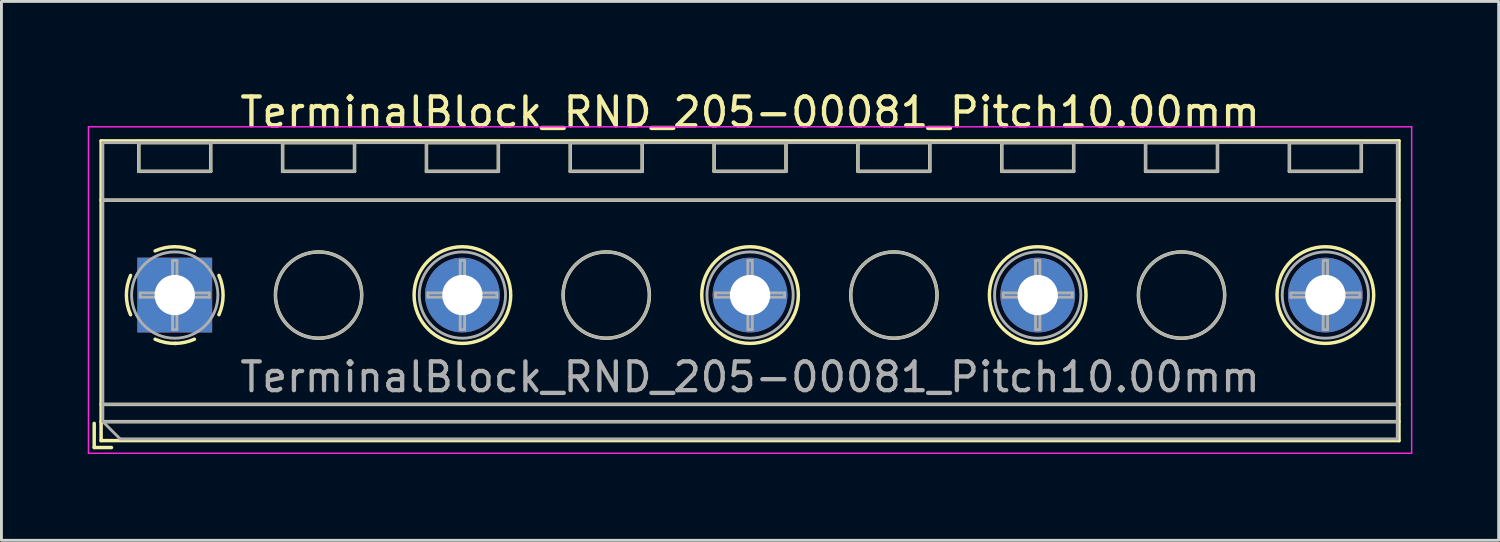
<source format=kicad_pcb>
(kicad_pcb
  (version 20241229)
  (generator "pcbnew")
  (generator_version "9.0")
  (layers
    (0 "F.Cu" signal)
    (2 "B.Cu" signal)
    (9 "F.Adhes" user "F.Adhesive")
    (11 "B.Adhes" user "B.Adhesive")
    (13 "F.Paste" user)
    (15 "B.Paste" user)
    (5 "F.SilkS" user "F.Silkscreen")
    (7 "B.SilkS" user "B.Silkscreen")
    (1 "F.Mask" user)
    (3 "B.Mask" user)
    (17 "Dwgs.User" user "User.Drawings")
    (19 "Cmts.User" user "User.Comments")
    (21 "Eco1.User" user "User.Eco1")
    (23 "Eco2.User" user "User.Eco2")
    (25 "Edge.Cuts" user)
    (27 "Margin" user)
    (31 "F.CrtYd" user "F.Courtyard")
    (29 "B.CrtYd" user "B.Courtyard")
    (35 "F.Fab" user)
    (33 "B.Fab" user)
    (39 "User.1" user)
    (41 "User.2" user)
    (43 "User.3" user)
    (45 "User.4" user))
  (footprint "TerminalBlock_RND_205-00081_Pitch10.00mm"
    (layer "F.Cu")
    (at 3.025 7.208)
    (property "Reference" "TerminalBlock_RND_205-00081_Pitch10.00mm" (at 20 -6.36 0) (layer "F.SilkS") (effects (font (size 1 1) (thickness 0.15))))
    (attr through_hole)
    (fp_line (start -2.8 4.46) (end -2.8 5.3) (stroke (width 0.12) (type solid)) (layer "F.SilkS"))
    (fp_line (start -2.8 5.3) (end -2.2 5.3) (stroke (width 0.12) (type solid)) (layer "F.SilkS"))
    (fp_line (start -2.56 -5.36) (end -2.56 5.06) (stroke (width 0.12) (type solid)) (layer "F.SilkS"))
    (fp_line (start -2.56 -3.3) (end 42.56 -3.3) (stroke (width 0.12) (type solid)) (layer "F.SilkS"))
    (fp_line (start -2.56 3.8) (end 42.56 3.8) (stroke (width 0.12) (type solid)) (layer "F.SilkS"))
    (fp_line (start -2.56 4.4) (end 42.56 4.4) (stroke (width 0.12) (type solid)) (layer "F.SilkS"))
    (fp_line (start -2.56 5.06) (end 42.56 5.06) (stroke (width 0.12) (type solid)) (layer "F.SilkS"))
    (fp_line (start -1.25 -5.301) (end -1.25 -4.301) (stroke (width 0.12) (type solid)) (layer "F.SilkS"))
    (fp_line (start -1.25 -5.301) (end 1.25 -5.301) (stroke (width 0.12) (type solid)) (layer "F.SilkS"))
    (fp_line (start -1.25 -4.301) (end 1.25 -4.301) (stroke (width 0.12) (type solid)) (layer "F.SilkS"))
    (fp_line (start 1.25 -5.301) (end 1.25 -4.301) (stroke (width 0.12) (type solid)) (layer "F.SilkS"))
    (fp_line (start 3.75 -5.301) (end 3.75 -4.301) (stroke (width 0.12) (type solid)) (layer "F.SilkS"))
    (fp_line (start 3.75 -5.301) (end 6.25 -5.301) (stroke (width 0.12) (type solid)) (layer "F.SilkS"))
    (fp_line (start 3.75 -4.301) (end 6.25 -4.301) (stroke (width 0.12) (type solid)) (layer "F.SilkS"))
    (fp_line (start 6.25 -5.301) (end 6.25 -4.301) (stroke (width 0.12) (type solid)) (layer "F.SilkS"))
    (fp_line (start 8.75 -5.301) (end 8.75 -4.301) (stroke (width 0.12) (type solid)) (layer "F.SilkS"))
    (fp_line (start 8.75 -5.301) (end 11.25 -5.301) (stroke (width 0.12) (type solid)) (layer "F.SilkS"))
    (fp_line (start 8.75 -4.301) (end 11.25 -4.301) (stroke (width 0.12) (type solid)) (layer "F.SilkS"))
    (fp_line (start 11.25 -5.301) (end 11.25 -4.301) (stroke (width 0.12) (type solid)) (layer "F.SilkS"))
    (fp_line (start 13.75 -5.301) (end 13.75 -4.301) (stroke (width 0.12) (type solid)) (layer "F.SilkS"))
    (fp_line (start 13.75 -5.301) (end 16.25 -5.301) (stroke (width 0.12) (type solid)) (layer "F.SilkS"))
    (fp_line (start 13.75 -4.301) (end 16.25 -4.301) (stroke (width 0.12) (type solid)) (layer "F.SilkS"))
    (fp_line (start 16.25 -5.301) (end 16.25 -4.301) (stroke (width 0.12) (type solid)) (layer "F.SilkS"))
    (fp_line (start 18.75 -5.301) (end 18.75 -4.301) (stroke (width 0.12) (type solid)) (layer "F.SilkS"))
    (fp_line (start 18.75 -5.301) (end 21.25 -5.301) (stroke (width 0.12) (type solid)) (layer "F.SilkS"))
    (fp_line (start 18.75 -4.301) (end 21.25 -4.301) (stroke (width 0.12) (type solid)) (layer "F.SilkS"))
    (fp_line (start 21.25 -5.301) (end 21.25 -4.301) (stroke (width 0.12) (type solid)) (layer "F.SilkS"))
    (fp_line (start 23.75 -5.301) (end 23.75 -4.301) (stroke (width 0.12) (type solid)) (layer "F.SilkS"))
    (fp_line (start 23.75 -5.301) (end 26.25 -5.301) (stroke (width 0.12) (type solid)) (layer "F.SilkS"))
    (fp_line (start 23.75 -4.301) (end 26.25 -4.301) (stroke (width 0.12) (type solid)) (layer "F.SilkS"))
    (fp_line (start 26.25 -5.301) (end 26.25 -4.301) (stroke (width 0.12) (type solid)) (layer "F.SilkS"))
    (fp_line (start 28.75 -5.301) (end 28.75 -4.301) (stroke (width 0.12) (type solid)) (layer "F.SilkS"))
    (fp_line (start 28.75 -5.301) (end 31.25 -5.301) (stroke (width 0.12) (type solid)) (layer "F.SilkS"))
    (fp_line (start 28.75 -4.301) (end 31.25 -4.301) (stroke (width 0.12) (type solid)) (layer "F.SilkS"))
    (fp_line (start 31.25 -5.301) (end 31.25 -4.301) (stroke (width 0.12) (type solid)) (layer "F.SilkS"))
    (fp_line (start 33.75 -5.301) (end 33.75 -4.301) (stroke (width 0.12) (type solid)) (layer "F.SilkS"))
    (fp_line (start 33.75 -5.301) (end 36.25 -5.301) (stroke (width 0.12) (type solid)) (layer "F.SilkS"))
    (fp_line (start 33.75 -4.301) (end 36.25 -4.301) (stroke (width 0.12) (type solid)) (layer "F.SilkS"))
    (fp_line (start 36.25 -5.301) (end 36.25 -4.301) (stroke (width 0.12) (type solid)) (layer "F.SilkS"))
    (fp_line (start 38.75 -5.301) (end 38.75 -4.301) (stroke (width 0.12) (type solid)) (layer "F.SilkS"))
    (fp_line (start 38.75 -5.301) (end 41.25 -5.301) (stroke (width 0.12) (type solid)) (layer "F.SilkS"))
    (fp_line (start 38.75 -4.301) (end 41.25 -4.301) (stroke (width 0.12) (type solid)) (layer "F.SilkS"))
    (fp_line (start 41.25 -5.301) (end 41.25 -4.301) (stroke (width 0.12) (type solid)) (layer "F.SilkS"))
    (fp_line (start 42.56 -5.36) (end -2.56 -5.36) (stroke (width 0.12) (type solid)) (layer "F.SilkS"))
    (fp_line (start 42.56 5.06) (end 42.56 -5.36) (stroke (width 0.12) (type solid)) (layer "F.SilkS"))
    (fp_arc (start -1.535427 0.683042) (mid -1.680501 -0.000524) (end -1.535 -0.684) (stroke (width 0.12) (type solid)) (layer "F.SilkS"))
    (fp_arc (start -0.683042 -1.535427) (mid 0.000524 -1.680501) (end 0.684 -1.535) (stroke (width 0.12) (type solid)) (layer "F.SilkS"))
    (fp_arc (start 0.028805 1.680253) (mid -0.335551 1.646659) (end -0.684 1.535) (stroke (width 0.12) (type solid)) (layer "F.SilkS"))
    (fp_arc (start 0.683318 1.534756) (mid 0.349292 1.643288) (end 0 1.68) (stroke (width 0.12) (type solid)) (layer "F.SilkS"))
    (fp_arc (start 1.535427 -0.683042) (mid 1.680501 0.000524) (end 1.535 0.684) (stroke (width 0.12) (type solid)) (layer "F.SilkS"))
    (fp_circle (center 5 0) (end 6.5 0) (stroke (width 0.12) (type solid)) (fill no) (layer "F.SilkS"))
    (fp_circle (center 10 0) (end 11.68 0) (stroke (width 0.12) (type solid)) (fill no) (layer "F.SilkS"))
    (fp_circle (center 15 0) (end 16.5 0) (stroke (width 0.12) (type solid)) (fill no) (layer "F.SilkS"))
    (fp_circle (center 20 0) (end 21.68 0) (stroke (width 0.12) (type solid)) (fill no) (layer "F.SilkS"))
    (fp_circle (center 25 0) (end 26.5 0) (stroke (width 0.12) (type solid)) (fill no) (layer "F.SilkS"))
    (fp_circle (center 30 0) (end 31.68 0) (stroke (width 0.12) (type solid)) (fill no) (layer "F.SilkS"))
    (fp_circle (center 35 0) (end 36.5 0) (stroke (width 0.12) (type solid)) (fill no) (layer "F.SilkS"))
    (fp_circle (center 40 0) (end 41.68 0) (stroke (width 0.12) (type solid)) (fill no) (layer "F.SilkS"))
    (fp_line (start -3 -5.85) (end -3 5.5) (stroke (width 0.05) (type solid)) (layer "F.CrtYd"))
    (fp_line (start -3 5.5) (end 43 5.5) (stroke (width 0.05) (type solid)) (layer "F.CrtYd"))
    (fp_line (start 43 -5.85) (end -3 -5.85) (stroke (width 0.05) (type solid)) (layer "F.CrtYd"))
    (fp_line (start 43 5.5) (end 43 -5.85) (stroke (width 0.05) (type solid)) (layer "F.CrtYd"))
    (fp_line (start -2.5 -5.3) (end 42.5 -5.3) (stroke (width 0.1) (type solid)) (layer "F.Fab"))
    (fp_line (start -2.5 -3.3) (end 42.5 -3.3) (stroke (width 0.1) (type solid)) (layer "F.Fab"))
    (fp_line (start -2.5 3.8) (end 42.5 3.8) (stroke (width 0.1) (type solid)) (layer "F.Fab"))
    (fp_line (start -2.5 4.4) (end -2.5 -5.3) (stroke (width 0.1) (type solid)) (layer "F.Fab"))
    (fp_line (start -2.5 4.4) (end 42.5 4.4) (stroke (width 0.1) (type solid)) (layer "F.Fab"))
    (fp_line (start -1.9 5) (end -2.5 4.4) (stroke (width 0.1) (type solid)) (layer "F.Fab"))
    (fp_line (start -1.25 -5.3) (end -1.25 -4.3) (stroke (width 0.1) (type solid)) (layer "F.Fab"))
    (fp_line (start -1.25 -4.3) (end 1.25 -4.3) (stroke (width 0.1) (type solid)) (layer "F.Fab"))
    (fp_line (start -1.201 -0.076) (end -0.076 -0.076) (stroke (width 0.1) (type solid)) (layer "F.Fab"))
    (fp_line (start -1.201 0.076) (end -1.201 -0.076) (stroke (width 0.1) (type solid)) (layer "F.Fab"))
    (fp_line (start -0.076 -1.201) (end 0.076 -1.201) (stroke (width 0.1) (type solid)) (layer "F.Fab"))
    (fp_line (start -0.076 -0.076) (end -0.076 -1.201) (stroke (width 0.1) (type solid)) (layer "F.Fab"))
    (fp_line (start -0.076 0.076) (end -1.201 0.076) (stroke (width 0.1) (type solid)) (layer "F.Fab"))
    (fp_line (start -0.076 1.201) (end -0.076 0.076) (stroke (width 0.1) (type solid)) (layer "F.Fab"))
    (fp_line (start 0.076 -1.201) (end 0.076 -0.076) (stroke (width 0.1) (type solid)) (layer "F.Fab"))
    (fp_line (start 0.076 -0.076) (end 1.201 -0.076) (stroke (width 0.1) (type solid)) (layer "F.Fab"))
    (fp_line (start 0.076 0.076) (end 0.076 1.201) (stroke (width 0.1) (type solid)) (layer "F.Fab"))
    (fp_line (start 0.076 1.201) (end -0.076 1.201) (stroke (width 0.1) (type solid)) (layer "F.Fab"))
    (fp_line (start 1.201 -0.076) (end 1.201 0.076) (stroke (width 0.1) (type solid)) (layer "F.Fab"))
    (fp_line (start 1.201 0.076) (end 0.076 0.076) (stroke (width 0.1) (type solid)) (layer "F.Fab"))
    (fp_line (start 1.25 -5.3) (end -1.25 -5.3) (stroke (width 0.1) (type solid)) (layer "F.Fab"))
    (fp_line (start 1.25 -4.3) (end 1.25 -5.3) (stroke (width 0.1) (type solid)) (layer "F.Fab"))
    (fp_line (start 3.75 -5.3) (end 3.75 -4.3) (stroke (width 0.1) (type solid)) (layer "F.Fab"))
    (fp_line (start 3.75 -4.3) (end 6.25 -4.3) (stroke (width 0.1) (type solid)) (layer "F.Fab"))
    (fp_line (start 6.25 -5.3) (end 3.75 -5.3) (stroke (width 0.1) (type solid)) (layer "F.Fab"))
    (fp_line (start 6.25 -4.3) (end 6.25 -5.3) (stroke (width 0.1) (type solid)) (layer "F.Fab"))
    (fp_line (start 8.75 -5.3) (end 8.75 -4.3) (stroke (width 0.1) (type solid)) (layer "F.Fab"))
    (fp_line (start 8.75 -4.3) (end 11.25 -4.3) (stroke (width 0.1) (type solid)) (layer "F.Fab"))
    (fp_line (start 8.799 -0.076) (end 9.924 -0.076) (stroke (width 0.1) (type solid)) (layer "F.Fab"))
    (fp_line (start 8.799 0.076) (end 8.799 -0.076) (stroke (width 0.1) (type solid)) (layer "F.Fab"))
    (fp_line (start 9.924 -1.201) (end 10.076 -1.201) (stroke (width 0.1) (type solid)) (layer "F.Fab"))
    (fp_line (start 9.924 -0.076) (end 9.924 -1.201) (stroke (width 0.1) (type solid)) (layer "F.Fab"))
    (fp_line (start 9.924 0.076) (end 8.799 0.076) (stroke (width 0.1) (type solid)) (layer "F.Fab"))
    (fp_line (start 9.924 1.201) (end 9.924 0.076) (stroke (width 0.1) (type solid)) (layer "F.Fab"))
    (fp_line (start 10.076 -1.201) (end 10.076 -0.076) (stroke (width 0.1) (type solid)) (layer "F.Fab"))
    (fp_line (start 10.076 -0.076) (end 11.201 -0.076) (stroke (width 0.1) (type solid)) (layer "F.Fab"))
    (fp_line (start 10.076 0.076) (end 10.076 1.201) (stroke (width 0.1) (type solid)) (layer "F.Fab"))
    (fp_line (start 10.076 1.201) (end 9.924 1.201) (stroke (width 0.1) (type solid)) (layer "F.Fab"))
    (fp_line (start 11.201 -0.076) (end 11.201 0.076) (stroke (width 0.1) (type solid)) (layer "F.Fab"))
    (fp_line (start 11.201 0.076) (end 10.076 0.076) (stroke (width 0.1) (type solid)) (layer "F.Fab"))
    (fp_line (start 11.25 -5.3) (end 8.75 -5.3) (stroke (width 0.1) (type solid)) (layer "F.Fab"))
    (fp_line (start 11.25 -4.3) (end 11.25 -5.3) (stroke (width 0.1) (type solid)) (layer "F.Fab"))
    (fp_line (start 13.75 -5.3) (end 13.75 -4.3) (stroke (width 0.1) (type solid)) (layer "F.Fab"))
    (fp_line (start 13.75 -4.3) (end 16.25 -4.3) (stroke (width 0.1) (type solid)) (layer "F.Fab"))
    (fp_line (start 16.25 -5.3) (end 13.75 -5.3) (stroke (width 0.1) (type solid)) (layer "F.Fab"))
    (fp_line (start 16.25 -4.3) (end 16.25 -5.3) (stroke (width 0.1) (type solid)) (layer "F.Fab"))
    (fp_line (start 18.75 -5.3) (end 18.75 -4.3) (stroke (width 0.1) (type solid)) (layer "F.Fab"))
    (fp_line (start 18.75 -4.3) (end 21.25 -4.3) (stroke (width 0.1) (type solid)) (layer "F.Fab"))
    (fp_line (start 18.799 -0.076) (end 19.924 -0.076) (stroke (width 0.1) (type solid)) (layer "F.Fab"))
    (fp_line (start 18.799 0.076) (end 18.799 -0.076) (stroke (width 0.1) (type solid)) (layer "F.Fab"))
    (fp_line (start 19.924 -1.201) (end 20.076 -1.201) (stroke (width 0.1) (type solid)) (layer "F.Fab"))
    (fp_line (start 19.924 -0.076) (end 19.924 -1.201) (stroke (width 0.1) (type solid)) (layer "F.Fab"))
    (fp_line (start 19.924 0.076) (end 18.799 0.076) (stroke (width 0.1) (type solid)) (layer "F.Fab"))
    (fp_line (start 19.924 1.201) (end 19.924 0.076) (stroke (width 0.1) (type solid)) (layer "F.Fab"))
    (fp_line (start 20.076 -1.201) (end 20.076 -0.076) (stroke (width 0.1) (type solid)) (layer "F.Fab"))
    (fp_line (start 20.076 -0.076) (end 21.201 -0.076) (stroke (width 0.1) (type solid)) (layer "F.Fab"))
    (fp_line (start 20.076 0.076) (end 20.076 1.201) (stroke (width 0.1) (type solid)) (layer "F.Fab"))
    (fp_line (start 20.076 1.201) (end 19.924 1.201) (stroke (width 0.1) (type solid)) (layer "F.Fab"))
    (fp_line (start 21.201 -0.076) (end 21.201 0.076) (stroke (width 0.1) (type solid)) (layer "F.Fab"))
    (fp_line (start 21.201 0.076) (end 20.076 0.076) (stroke (width 0.1) (type solid)) (layer "F.Fab"))
    (fp_line (start 21.25 -5.3) (end 18.75 -5.3) (stroke (width 0.1) (type solid)) (layer "F.Fab"))
    (fp_line (start 21.25 -4.3) (end 21.25 -5.3) (stroke (width 0.1) (type solid)) (layer "F.Fab"))
    (fp_line (start 23.75 -5.3) (end 23.75 -4.3) (stroke (width 0.1) (type solid)) (layer "F.Fab"))
    (fp_line (start 23.75 -4.3) (end 26.25 -4.3) (stroke (width 0.1) (type solid)) (layer "F.Fab"))
    (fp_line (start 26.25 -5.3) (end 23.75 -5.3) (stroke (width 0.1) (type solid)) (layer "F.Fab"))
    (fp_line (start 26.25 -4.3) (end 26.25 -5.3) (stroke (width 0.1) (type solid)) (layer "F.Fab"))
    (fp_line (start 28.75 -5.3) (end 28.75 -4.3) (stroke (width 0.1) (type solid)) (layer "F.Fab"))
    (fp_line (start 28.75 -4.3) (end 31.25 -4.3) (stroke (width 0.1) (type solid)) (layer "F.Fab"))
    (fp_line (start 28.799 -0.076) (end 29.924 -0.076) (stroke (width 0.1) (type solid)) (layer "F.Fab"))
    (fp_line (start 28.799 0.076) (end 28.799 -0.076) (stroke (width 0.1) (type solid)) (layer "F.Fab"))
    (fp_line (start 29.924 -1.201) (end 30.076 -1.201) (stroke (width 0.1) (type solid)) (layer "F.Fab"))
    (fp_line (start 29.924 -0.076) (end 29.924 -1.201) (stroke (width 0.1) (type solid)) (layer "F.Fab"))
    (fp_line (start 29.924 0.076) (end 28.799 0.076) (stroke (width 0.1) (type solid)) (layer "F.Fab"))
    (fp_line (start 29.924 1.201) (end 29.924 0.076) (stroke (width 0.1) (type solid)) (layer "F.Fab"))
    (fp_line (start 30.076 -1.201) (end 30.076 -0.076) (stroke (width 0.1) (type solid)) (layer "F.Fab"))
    (fp_line (start 30.076 -0.076) (end 31.201 -0.076) (stroke (width 0.1) (type solid)) (layer "F.Fab"))
    (fp_line (start 30.076 0.076) (end 30.076 1.201) (stroke (width 0.1) (type solid)) (layer "F.Fab"))
    (fp_line (start 30.076 1.201) (end 29.924 1.201) (stroke (width 0.1) (type solid)) (layer "F.Fab"))
    (fp_line (start 31.201 -0.076) (end 31.201 0.076) (stroke (width 0.1) (type solid)) (layer "F.Fab"))
    (fp_line (start 31.201 0.076) (end 30.076 0.076) (stroke (width 0.1) (type solid)) (layer "F.Fab"))
    (fp_line (start 31.25 -5.3) (end 28.75 -5.3) (stroke (width 0.1) (type solid)) (layer "F.Fab"))
    (fp_line (start 31.25 -4.3) (end 31.25 -5.3) (stroke (width 0.1) (type solid)) (layer "F.Fab"))
    (fp_line (start 33.75 -5.3) (end 33.75 -4.3) (stroke (width 0.1) (type solid)) (layer "F.Fab"))
    (fp_line (start 33.75 -4.3) (end 36.25 -4.3) (stroke (width 0.1) (type solid)) (layer "F.Fab"))
    (fp_line (start 36.25 -5.3) (end 33.75 -5.3) (stroke (width 0.1) (type solid)) (layer "F.Fab"))
    (fp_line (start 36.25 -4.3) (end 36.25 -5.3) (stroke (width 0.1) (type solid)) (layer "F.Fab"))
    (fp_line (start 38.75 -5.3) (end 38.75 -4.3) (stroke (width 0.1) (type solid)) (layer "F.Fab"))
    (fp_line (start 38.75 -4.3) (end 41.25 -4.3) (stroke (width 0.1) (type solid)) (layer "F.Fab"))
    (fp_line (start 38.799 -0.076) (end 39.924 -0.076) (stroke (width 0.1) (type solid)) (layer "F.Fab"))
    (fp_line (start 38.799 0.076) (end 38.799 -0.076) (stroke (width 0.1) (type solid)) (layer "F.Fab"))
    (fp_line (start 39.924 -1.201) (end 40.076 -1.201) (stroke (width 0.1) (type solid)) (layer "F.Fab"))
    (fp_line (start 39.924 -0.076) (end 39.924 -1.201) (stroke (width 0.1) (type solid)) (layer "F.Fab"))
    (fp_line (start 39.924 0.076) (end 38.799 0.076) (stroke (width 0.1) (type solid)) (layer "F.Fab"))
    (fp_line (start 39.924 1.201) (end 39.924 0.076) (stroke (width 0.1) (type solid)) (layer "F.Fab"))
    (fp_line (start 40.076 -1.201) (end 40.076 -0.076) (stroke (width 0.1) (type solid)) (layer "F.Fab"))
    (fp_line (start 40.076 -0.076) (end 41.201 -0.076) (stroke (width 0.1) (type solid)) (layer "F.Fab"))
    (fp_line (start 40.076 0.076) (end 40.076 1.201) (stroke (width 0.1) (type solid)) (layer "F.Fab"))
    (fp_line (start 40.076 1.201) (end 39.924 1.201) (stroke (width 0.1) (type solid)) (layer "F.Fab"))
    (fp_line (start 41.201 -0.076) (end 41.201 0.076) (stroke (width 0.1) (type solid)) (layer "F.Fab"))
    (fp_line (start 41.201 0.076) (end 40.076 0.076) (stroke (width 0.1) (type solid)) (layer "F.Fab"))
    (fp_line (start 41.25 -5.3) (end 38.75 -5.3) (stroke (width 0.1) (type solid)) (layer "F.Fab"))
    (fp_line (start 41.25 -4.3) (end 41.25 -5.3) (stroke (width 0.1) (type solid)) (layer "F.Fab"))
    (fp_line (start 42.5 -5.3) (end 42.5 5) (stroke (width 0.1) (type solid)) (layer "F.Fab"))
    (fp_line (start 42.5 5) (end -1.9 5) (stroke (width 0.1) (type solid)) (layer "F.Fab"))
    (fp_circle (center 0 0) (end 1.5 0) (stroke (width 0.1) (type solid)) (fill no) (layer "F.Fab"))
    (fp_circle (center 5 0) (end 6.5 0) (stroke (width 0.1) (type solid)) (fill no) (layer "F.Fab"))
    (fp_circle (center 10 0) (end 11.5 0) (stroke (width 0.1) (type solid)) (fill no) (layer "F.Fab"))
    (fp_circle (center 15 0) (end 16.5 0) (stroke (width 0.1) (type solid)) (fill no) (layer "F.Fab"))
    (fp_circle (center 20 0) (end 21.5 0) (stroke (width 0.1) (type solid)) (fill no) (layer "F.Fab"))
    (fp_circle (center 25 0) (end 26.5 0) (stroke (width 0.1) (type solid)) (fill no) (layer "F.Fab"))
    (fp_circle (center 30 0) (end 31.5 0) (stroke (width 0.1) (type solid)) (fill no) (layer "F.Fab"))
    (fp_circle (center 35 0) (end 36.5 0) (stroke (width 0.1) (type solid)) (fill no) (layer "F.Fab"))
    (fp_circle (center 40 0) (end 41.5 0) (stroke (width 0.1) (type solid)) (fill no) (layer "F.Fab"))
    (fp_text user "${REFERENCE}" (at 20 2.85 0) (layer "F.Fab") (effects (font (size 1 1) (thickness 0.15))))
    (pad "1" thru_hole rect (at 0 0) (size 2.6 2.6) (drill 1.4) (layers "*.Cu" "*.Mask"))
    (pad "2" thru_hole circle (at 10 0) (size 2.6 2.6) (drill 1.4) (layers "*.Cu" "*.Mask"))
    (pad "3" thru_hole circle (at 20 0) (size 2.6 2.6) (drill 1.4) (layers "*.Cu" "*.Mask"))
    (pad "4" thru_hole circle (at 30 0) (size 2.6 2.6) (drill 1.4) (layers "*.Cu" "*.Mask"))
    (pad "5" thru_hole circle (at 40 0) (size 2.6 2.6) (drill 1.4) (layers "*.Cu" "*.Mask")))
  (gr_rect
    (start -3 -3)
    (end 49.05 15.733)
    (stroke (width 0.1) (type default))
    (fill no)
    (layer "Edge.Cuts")))
</source>
